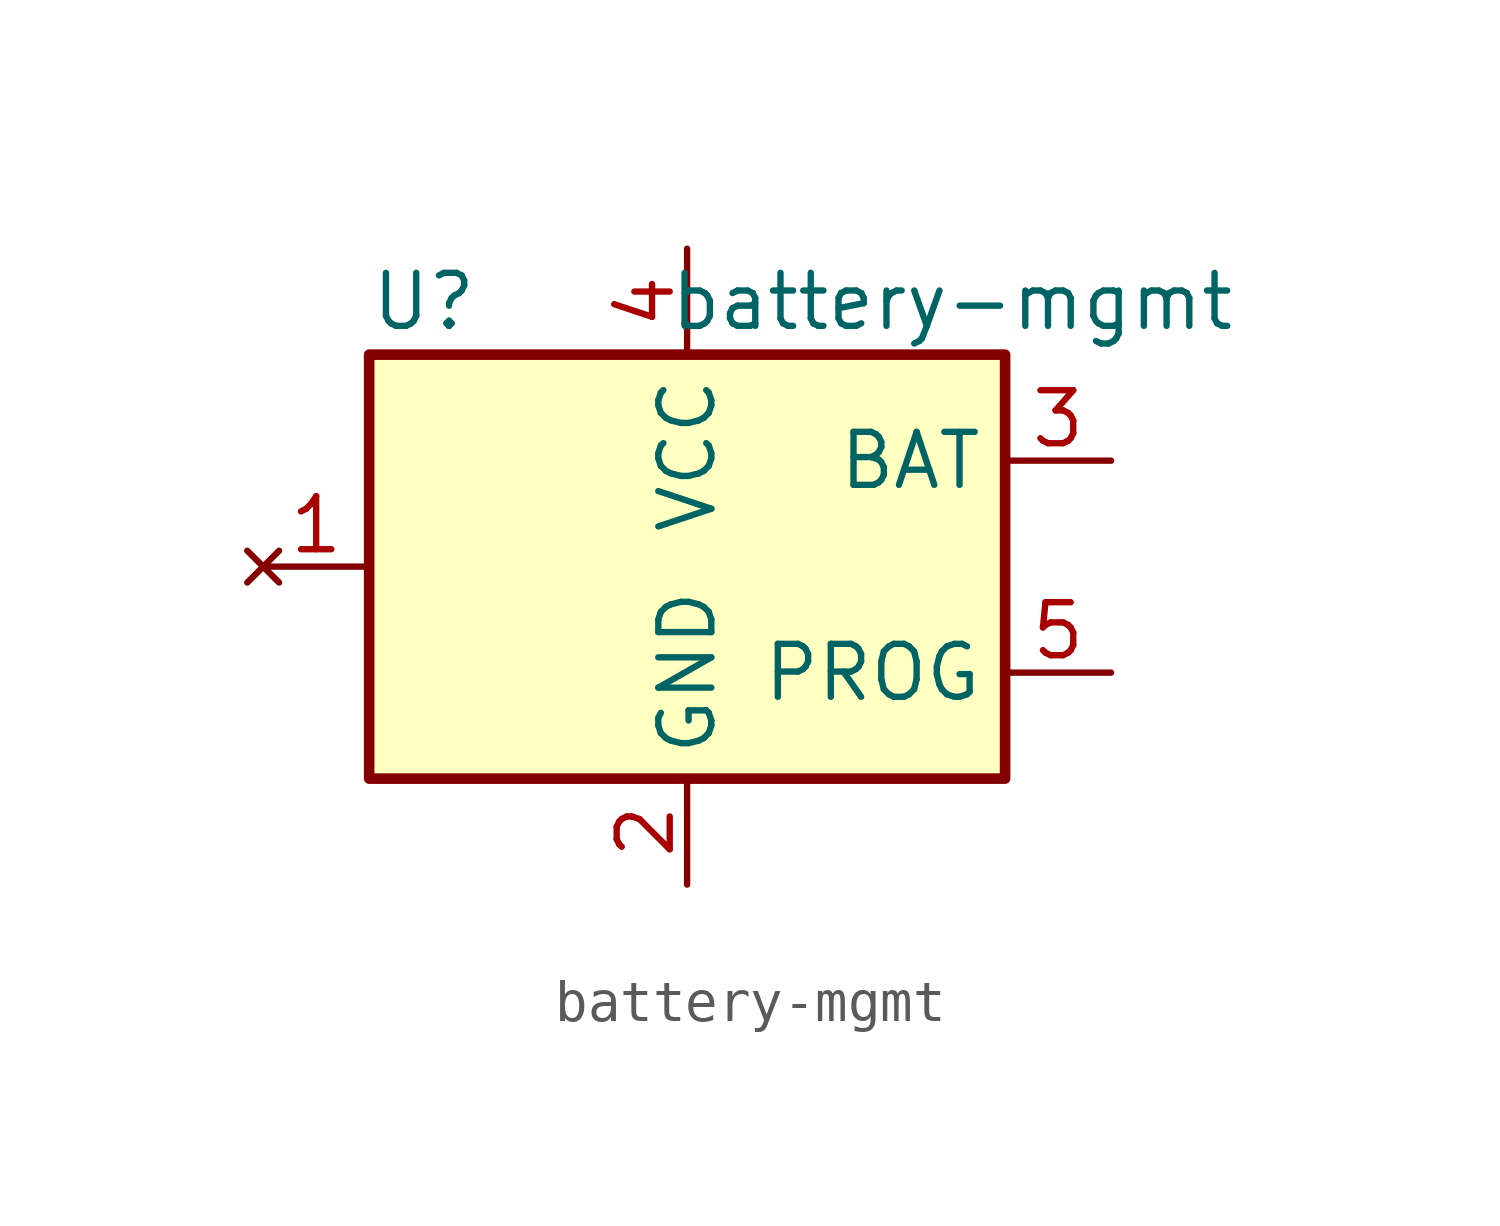
<source format=kicad_sym>
(kicad_symbol_lib
  (version 20241209)
  (generator "kicad_symbol_editor")
  (generator_version "9.0")
  (symbol "battery-mgmt"
    (property "Reference" "U"
      (at -7.62 6.35 0)
      (effects (font (size 1.27 1.27)) (justify left)))
    (property "Value" "battery-mgmt"
      (at 6.35 6.35 0)
      (effects (font (size 1.27 1.27))))
    (symbol "battery-mgmt_0_1"
      (rectangle (start -7.62 5.08) (end 7.62 -5.08) (stroke (width 0.254) (type default)) (fill (type background))))
    (symbol "battery-mgmt_1_1"
      (pin no_connect line (at -10.16 0 0) (length 2.54) (name "" (effects (font (size 1.27 1.27)))) (number "1" (effects (font (size 1.27 1.27)))))
      (pin power_in line (at 0 7.62 270) (length 2.54) (name "VCC" (effects (font (size 1.27 1.27)))) (number "4" (effects (font (size 1.27 1.27)))))
      (pin power_in line (at 0 -7.62 90) (length 2.54) (name "GND" (effects (font (size 1.27 1.27)))) (number "2" (effects (font (size 1.27 1.27)))))
      (pin power_out line (at 10.16 2.54 180) (length 2.54) (name "BAT" (effects (font (size 1.27 1.27)))) (number "3" (effects (font (size 1.27 1.27)))))
      (pin input line (at 10.16 -2.54 180) (length 2.54) (name "PROG" (effects (font (size 1.27 1.27)))) (number "5" (effects (font (size 1.27 1.27))))))))
</source>
